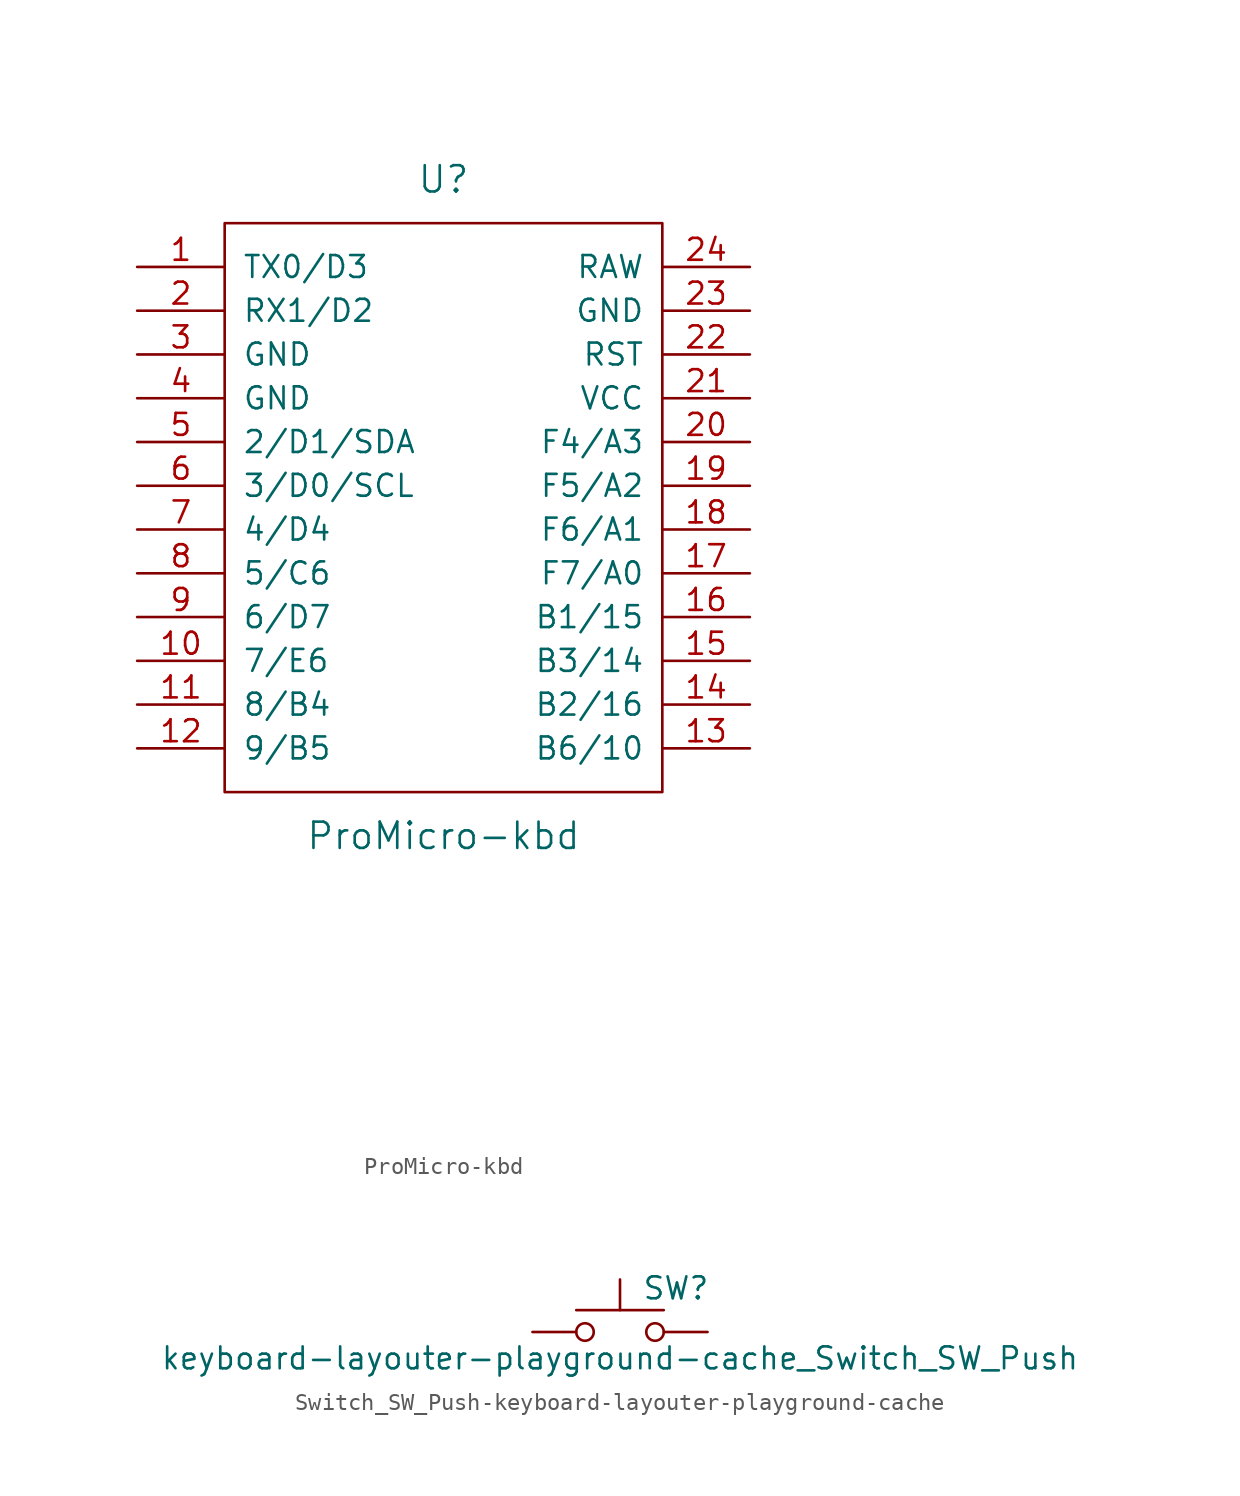
<source format=kicad_sym>
(kicad_symbol_lib
  (version 20220914)
  (generator kicad_symbol_editor)
  (symbol "ProMicro-kbd"
    (pin_names
      (offset 1.016))
    (property "Reference" "U"
      (at 0 24.13 0)
      (effects (font (size 1.524 1.524))))
    (property "Value" "ProMicro-kbd"
      (at 0 -13.97 0)
      (effects (font (size 1.524 1.524))))
    (property "Footprint" ""
      (at 2.54 -26.67 0)
      (effects (font (size 1.524 1.524))))
    (property "Datasheet" ""
      (at 2.54 -26.67 0)
      (effects (font (size 1.524 1.524))))
    (symbol "ProMicro-kbd_0_1"
      (rectangle (start -12.7 21.59) (end 12.7 -11.43) (stroke (width 0) (type solid)) (fill (type none))))
    (symbol "ProMicro-kbd_1_1"
      (pin bidirectional line (at -17.78 19.05 0) (length 5.08) (name "TX0/D3" (effects (font (size 1.27 1.27)))) (number "1" (effects (font (size 1.27 1.27)))))
      (pin bidirectional line (at -17.78 -3.81 0) (length 5.08) (name "7/E6" (effects (font (size 1.27 1.27)))) (number "10" (effects (font (size 1.27 1.27)))))
      (pin bidirectional line (at -17.78 -6.35 0) (length 5.08) (name "8/B4" (effects (font (size 1.27 1.27)))) (number "11" (effects (font (size 1.27 1.27)))))
      (pin bidirectional line (at -17.78 -8.89 0) (length 5.08) (name "9/B5" (effects (font (size 1.27 1.27)))) (number "12" (effects (font (size 1.27 1.27)))))
      (pin bidirectional line (at 17.78 -8.89 180) (length 5.08) (name "B6/10" (effects (font (size 1.27 1.27)))) (number "13" (effects (font (size 1.27 1.27)))))
      (pin bidirectional line (at 17.78 -6.35 180) (length 5.08) (name "B2/16" (effects (font (size 1.27 1.27)))) (number "14" (effects (font (size 1.27 1.27)))))
      (pin bidirectional line (at 17.78 -3.81 180) (length 5.08) (name "B3/14" (effects (font (size 1.27 1.27)))) (number "15" (effects (font (size 1.27 1.27)))))
      (pin bidirectional line (at 17.78 -1.27 180) (length 5.08) (name "B1/15" (effects (font (size 1.27 1.27)))) (number "16" (effects (font (size 1.27 1.27)))))
      (pin bidirectional line (at 17.78 1.27 180) (length 5.08) (name "F7/A0" (effects (font (size 1.27 1.27)))) (number "17" (effects (font (size 1.27 1.27)))))
      (pin bidirectional line (at 17.78 3.81 180) (length 5.08) (name "F6/A1" (effects (font (size 1.27 1.27)))) (number "18" (effects (font (size 1.27 1.27)))))
      (pin bidirectional line (at 17.78 6.35 180) (length 5.08) (name "F5/A2" (effects (font (size 1.27 1.27)))) (number "19" (effects (font (size 1.27 1.27)))))
      (pin bidirectional line (at -17.78 16.51 0) (length 5.08) (name "RX1/D2" (effects (font (size 1.27 1.27)))) (number "2" (effects (font (size 1.27 1.27)))))
      (pin bidirectional line (at 17.78 8.89 180) (length 5.08) (name "F4/A3" (effects (font (size 1.27 1.27)))) (number "20" (effects (font (size 1.27 1.27)))))
      (pin power_in line (at 17.78 11.43 180) (length 5.08) (name "VCC" (effects (font (size 1.27 1.27)))) (number "21" (effects (font (size 1.27 1.27)))))
      (pin input line (at 17.78 13.97 180) (length 5.08) (name "RST" (effects (font (size 1.27 1.27)))) (number "22" (effects (font (size 1.27 1.27)))))
      (pin power_in line (at 17.78 16.51 180) (length 5.08) (name "GND" (effects (font (size 1.27 1.27)))) (number "23" (effects (font (size 1.27 1.27)))))
      (pin power_out line (at 17.78 19.05 180) (length 5.08) (name "RAW" (effects (font (size 1.27 1.27)))) (number "24" (effects (font (size 1.27 1.27)))))
      (pin power_in line (at -17.78 13.97 0) (length 5.08) (name "GND" (effects (font (size 1.27 1.27)))) (number "3" (effects (font (size 1.27 1.27)))))
      (pin power_in line (at -17.78 11.43 0) (length 5.08) (name "GND" (effects (font (size 1.27 1.27)))) (number "4" (effects (font (size 1.27 1.27)))))
      (pin bidirectional line (at -17.78 8.89 0) (length 5.08) (name "2/D1/SDA" (effects (font (size 1.27 1.27)))) (number "5" (effects (font (size 1.27 1.27)))))
      (pin bidirectional line (at -17.78 6.35 0) (length 5.08) (name "3/D0/SCL" (effects (font (size 1.27 1.27)))) (number "6" (effects (font (size 1.27 1.27)))))
      (pin bidirectional line (at -17.78 3.81 0) (length 5.08) (name "4/D4" (effects (font (size 1.27 1.27)))) (number "7" (effects (font (size 1.27 1.27)))))
      (pin bidirectional line (at -17.78 1.27 0) (length 5.08) (name "5/C6" (effects (font (size 1.27 1.27)))) (number "8" (effects (font (size 1.27 1.27)))))
      (pin bidirectional line (at -17.78 -1.27 0) (length 5.08) (name "6/D7" (effects (font (size 1.27 1.27)))) (number "9" (effects (font (size 1.27 1.27)))))))
  (symbol "Switch_SW_Push-keyboard-layouter-playground-cache"
    (pin_numbers hide)
    (pin_names
      (offset 1.016) hide)
    (property "Reference" "SW"
      (at 1.27 2.54 0)
      (effects (font (size 1.27 1.27)) (justify left)))
    (property "Value" "keyboard-layouter-playground-cache_Switch_SW_Push"
      (at 0 -1.524 0)
      (effects (font (size 1.27 1.27))))
    (symbol "Switch_SW_Push-keyboard-layouter-playground-cache_0_1"
      (circle (center -2.032 0) (radius 0.508) (stroke (width 0) (type solid)) (fill (type none)))
      (polyline (pts (xy 0 1.27) (xy 0 3.048)) (stroke (width 0) (type solid)) (fill (type none)))
      (polyline (pts (xy 2.54 1.27) (xy -2.54 1.27)) (stroke (width 0) (type solid)) (fill (type none)))
      (circle (center 2.032 0) (radius 0.508) (stroke (width 0) (type solid)) (fill (type none)))
      (pin passive line (at -5.08 0 0) (length 2.54) (name "1" (effects (font (size 1.27 1.27)))) (number "1" (effects (font (size 1.27 1.27)))))
      (pin passive line (at 5.08 0 180) (length 2.54) (name "2" (effects (font (size 1.27 1.27)))) (number "2" (effects (font (size 1.27 1.27))))))))
</source>
